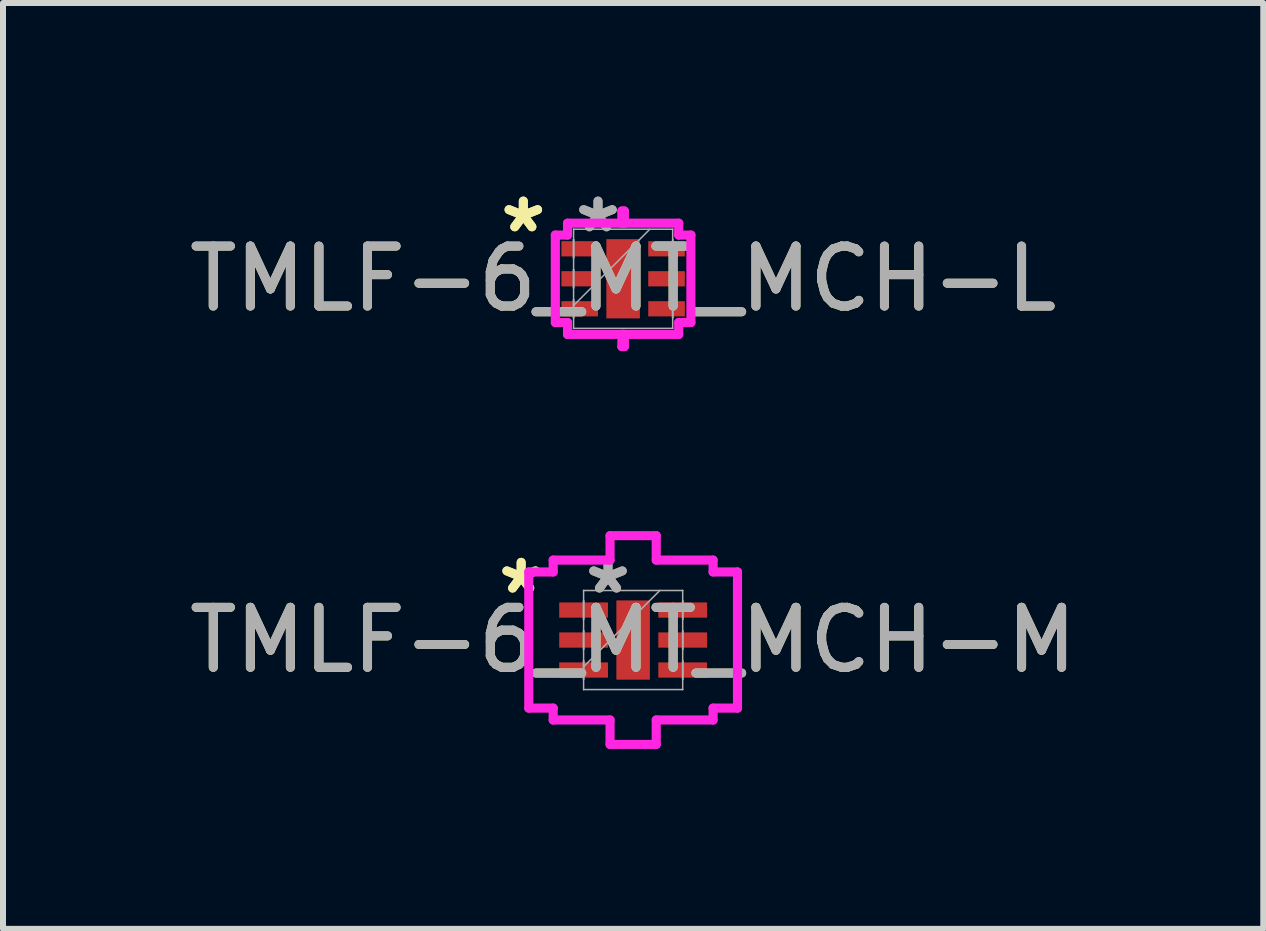
<source format=kicad_pcb>
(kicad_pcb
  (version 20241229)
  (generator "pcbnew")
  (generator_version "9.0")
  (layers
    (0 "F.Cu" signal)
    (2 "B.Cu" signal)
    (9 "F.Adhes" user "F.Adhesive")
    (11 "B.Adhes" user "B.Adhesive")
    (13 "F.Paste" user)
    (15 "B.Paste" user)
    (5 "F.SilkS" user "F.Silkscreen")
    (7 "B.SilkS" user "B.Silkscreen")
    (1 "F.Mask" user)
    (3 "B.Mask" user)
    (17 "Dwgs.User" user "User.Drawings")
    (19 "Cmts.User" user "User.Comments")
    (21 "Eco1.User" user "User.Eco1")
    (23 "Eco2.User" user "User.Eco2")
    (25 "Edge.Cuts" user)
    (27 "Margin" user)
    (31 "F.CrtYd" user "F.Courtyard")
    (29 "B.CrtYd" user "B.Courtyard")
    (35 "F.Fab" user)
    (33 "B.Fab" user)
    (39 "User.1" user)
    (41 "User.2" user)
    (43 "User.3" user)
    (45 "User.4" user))
  (footprint "TMLF-6_MT_MCH-L"
    (layer "F.Cu")
    (at 7.339 1.598)
    (property "Reference" "TMLF-6_MT_MCH-L" (at 0 0 0) (unlocked yes) (layer "F.SilkS") (effects (font (size 1 1) (thickness 0.15))))
    (attr smd)
    (fp_line (start -1.13 -0.729) (end -0.927 -0.729) (stroke (width 0.152) (type solid)) (layer "F.CrtYd"))
    (fp_line (start -1.13 0.729) (end -1.13 -0.729) (stroke (width 0.152) (type solid)) (layer "F.CrtYd"))
    (fp_line (start -0.927 -0.927) (end 0.021 -0.927) (stroke (width 0.152) (type solid)) (layer "F.CrtYd"))
    (fp_line (start -0.927 -0.729) (end -0.927 -0.927) (stroke (width 0.152) (type solid)) (layer "F.CrtYd"))
    (fp_line (start -0.927 0.729) (end -1.13 0.729) (stroke (width 0.152) (type solid)) (layer "F.CrtYd"))
    (fp_line (start -0.927 0.927) (end -0.927 0.729) (stroke (width 0.152) (type solid)) (layer "F.CrtYd"))
    (fp_line (start -0.021 -1.13) (end -0.021 -0.927) (stroke (width 0.152) (type solid)) (layer "F.CrtYd"))
    (fp_line (start -0.021 -0.927) (end 0.927 -0.927) (stroke (width 0.152) (type solid)) (layer "F.CrtYd"))
    (fp_line (start -0.021 0.927) (end -0.021 1.13) (stroke (width 0.152) (type solid)) (layer "F.CrtYd"))
    (fp_line (start -0.021 1.13) (end 0.021 1.13) (stroke (width 0.152) (type solid)) (layer "F.CrtYd"))
    (fp_line (start 0.021 -1.13) (end -0.021 -1.13) (stroke (width 0.152) (type solid)) (layer "F.CrtYd"))
    (fp_line (start 0.021 -0.927) (end 0.021 -1.13) (stroke (width 0.152) (type solid)) (layer "F.CrtYd"))
    (fp_line (start 0.021 0.927) (end -0.927 0.927) (stroke (width 0.152) (type solid)) (layer "F.CrtYd"))
    (fp_line (start 0.021 1.13) (end 0.021 0.927) (stroke (width 0.152) (type solid)) (layer "F.CrtYd"))
    (fp_line (start 0.927 -0.927) (end 0.927 -0.729) (stroke (width 0.152) (type solid)) (layer "F.CrtYd"))
    (fp_line (start 0.927 -0.729) (end 1.13 -0.729) (stroke (width 0.152) (type solid)) (layer "F.CrtYd"))
    (fp_line (start 0.927 0.729) (end 0.927 0.927) (stroke (width 0.152) (type solid)) (layer "F.CrtYd"))
    (fp_line (start 0.927 0.927) (end -0.021 0.927) (stroke (width 0.152) (type solid)) (layer "F.CrtYd"))
    (fp_line (start 1.13 -0.729) (end 1.13 0.729) (stroke (width 0.152) (type solid)) (layer "F.CrtYd"))
    (fp_line (start 1.13 0.729) (end 0.927 0.729) (stroke (width 0.152) (type solid)) (layer "F.CrtYd"))
    (fp_line (start -0.826 -0.826) (end -0.826 -0.826) (stroke (width 0.025) (type solid)) (layer "F.Fab"))
    (fp_line (start -0.826 -0.826) (end -0.826 0.826) (stroke (width 0.025) (type solid)) (layer "F.Fab"))
    (fp_line (start -0.826 -0.652) (end -0.826 -0.652) (stroke (width 0.025) (type solid)) (layer "F.Fab"))
    (fp_line (start -0.826 -0.652) (end -0.826 -0.348) (stroke (width 0.025) (type solid)) (layer "F.Fab"))
    (fp_line (start -0.826 -0.348) (end -0.826 -0.652) (stroke (width 0.025) (type solid)) (layer "F.Fab"))
    (fp_line (start -0.826 -0.348) (end -0.826 -0.348) (stroke (width 0.025) (type solid)) (layer "F.Fab"))
    (fp_line (start -0.826 -0.152) (end -0.826 -0.152) (stroke (width 0.025) (type solid)) (layer "F.Fab"))
    (fp_line (start -0.826 -0.152) (end -0.826 0.152) (stroke (width 0.025) (type solid)) (layer "F.Fab"))
    (fp_line (start -0.826 0.152) (end -0.826 -0.152) (stroke (width 0.025) (type solid)) (layer "F.Fab"))
    (fp_line (start -0.826 0.152) (end -0.826 0.152) (stroke (width 0.025) (type solid)) (layer "F.Fab"))
    (fp_line (start -0.826 0.348) (end -0.826 0.348) (stroke (width 0.025) (type solid)) (layer "F.Fab"))
    (fp_line (start -0.826 0.348) (end -0.826 0.652) (stroke (width 0.025) (type solid)) (layer "F.Fab"))
    (fp_line (start -0.826 0.445) (end 0.445 -0.826) (stroke (width 0.025) (type solid)) (layer "F.Fab"))
    (fp_line (start -0.826 0.652) (end -0.826 0.348) (stroke (width 0.025) (type solid)) (layer "F.Fab"))
    (fp_line (start -0.826 0.652) (end -0.826 0.652) (stroke (width 0.025) (type solid)) (layer "F.Fab"))
    (fp_line (start -0.826 0.826) (end -0.826 0.826) (stroke (width 0.025) (type solid)) (layer "F.Fab"))
    (fp_line (start -0.826 0.826) (end 0.826 0.826) (stroke (width 0.025) (type solid)) (layer "F.Fab"))
    (fp_line (start 0.826 -0.826) (end -0.826 -0.826) (stroke (width 0.025) (type solid)) (layer "F.Fab"))
    (fp_line (start 0.826 -0.826) (end 0.826 -0.826) (stroke (width 0.025) (type solid)) (layer "F.Fab"))
    (fp_line (start 0.826 -0.652) (end 0.826 -0.652) (stroke (width 0.025) (type solid)) (layer "F.Fab"))
    (fp_line (start 0.826 -0.652) (end 0.826 -0.348) (stroke (width 0.025) (type solid)) (layer "F.Fab"))
    (fp_line (start 0.826 -0.348) (end 0.826 -0.652) (stroke (width 0.025) (type solid)) (layer "F.Fab"))
    (fp_line (start 0.826 -0.348) (end 0.826 -0.348) (stroke (width 0.025) (type solid)) (layer "F.Fab"))
    (fp_line (start 0.826 -0.152) (end 0.826 -0.152) (stroke (width 0.025) (type solid)) (layer "F.Fab"))
    (fp_line (start 0.826 -0.152) (end 0.826 0.152) (stroke (width 0.025) (type solid)) (layer "F.Fab"))
    (fp_line (start 0.826 0.152) (end 0.826 -0.152) (stroke (width 0.025) (type solid)) (layer "F.Fab"))
    (fp_line (start 0.826 0.152) (end 0.826 0.152) (stroke (width 0.025) (type solid)) (layer "F.Fab"))
    (fp_line (start 0.826 0.348) (end 0.826 0.348) (stroke (width 0.025) (type solid)) (layer "F.Fab"))
    (fp_line (start 0.826 0.348) (end 0.826 0.652) (stroke (width 0.025) (type solid)) (layer "F.Fab"))
    (fp_line (start 0.826 0.652) (end 0.826 0.348) (stroke (width 0.025) (type solid)) (layer "F.Fab"))
    (fp_line (start 0.826 0.652) (end 0.826 0.652) (stroke (width 0.025) (type solid)) (layer "F.Fab"))
    (fp_line (start 0.826 0.826) (end 0.826 -0.826) (stroke (width 0.025) (type solid)) (layer "F.Fab"))
    (fp_line (start 0.826 0.826) (end 0.826 0.826) (stroke (width 0.025) (type solid)) (layer "F.Fab"))
    (fp_text user "*" (at -1.664 -0.75 0) (layer "F.SilkS") (effects (font (size 1 1) (thickness 0.15))))
    (fp_text user "*" (at -1.664 -0.75 0) (unlocked yes) (layer "F.SilkS") (effects (font (size 1 1) (thickness 0.15))))
    (fp_text user "${REFERENCE}" (at 0 0 0) (unlocked yes) (layer "F.Fab") (effects (font (size 1 1) (thickness 0.15))))
    (fp_text user "*" (at -0.419 -0.75 0) (layer "F.Fab") (effects (font (size 1 1) (thickness 0.15))))
    (fp_text user "*" (at -0.419 -0.75 0) (unlocked yes) (layer "F.Fab") (effects (font (size 1 1) (thickness 0.15))))
    (pad "1" smd rect (at -0.724 -0.5 90) (size 0.254 0.61) (layers "F.Cu" "F.Mask" "F.Paste"))
    (pad "2" smd rect (at -0.724 0 90) (size 0.254 0.61) (layers "F.Cu" "F.Mask" "F.Paste"))
    (pad "3" smd rect (at -0.724 0.5 90) (size 0.254 0.61) (layers "F.Cu" "F.Mask" "F.Paste"))
    (pad "4" smd rect (at 0.724 0.5 90) (size 0.254 0.61) (layers "F.Cu" "F.Mask" "F.Paste"))
    (pad "5" smd rect (at 0.724 0 90) (size 0.254 0.61) (layers "F.Cu" "F.Mask" "F.Paste"))
    (pad "6" smd rect (at 0.724 -0.5 90) (size 0.254 0.61) (layers "F.Cu" "F.Mask" "F.Paste"))
    (pad "7" smd rect (at 0 0) (size 0.559 1.321) (layers "F.Cu" "F.Mask" "F.Paste")))
  (footprint "TMLF-6_MT_MCH-M"
    (layer "F.Cu")
    (at 7.506 7.621)
    (property "Reference" "TMLF-6_MT_MCH-M" (at 0 0 0) (unlocked yes) (layer "F.SilkS") (effects (font (size 1 1) (thickness 0.15))))
    (attr smd)
    (fp_line (start -1.74 -1.135) (end -1.333 -1.135) (stroke (width 0.152) (type solid)) (layer "F.CrtYd"))
    (fp_line (start -1.74 1.135) (end -1.74 -1.135) (stroke (width 0.152) (type solid)) (layer "F.CrtYd"))
    (fp_line (start -1.333 -1.333) (end -0.385 -1.333) (stroke (width 0.152) (type solid)) (layer "F.CrtYd"))
    (fp_line (start -1.333 -1.135) (end -1.333 -1.333) (stroke (width 0.152) (type solid)) (layer "F.CrtYd"))
    (fp_line (start -1.333 1.135) (end -1.74 1.135) (stroke (width 0.152) (type solid)) (layer "F.CrtYd"))
    (fp_line (start -1.333 1.333) (end -1.333 1.135) (stroke (width 0.152) (type solid)) (layer "F.CrtYd"))
    (fp_line (start -0.385 -1.74) (end 0.385 -1.74) (stroke (width 0.152) (type solid)) (layer "F.CrtYd"))
    (fp_line (start -0.385 -1.333) (end -0.385 -1.74) (stroke (width 0.152) (type solid)) (layer "F.CrtYd"))
    (fp_line (start -0.385 1.333) (end -1.333 1.333) (stroke (width 0.152) (type solid)) (layer "F.CrtYd"))
    (fp_line (start -0.385 1.74) (end -0.385 1.333) (stroke (width 0.152) (type solid)) (layer "F.CrtYd"))
    (fp_line (start 0.385 -1.74) (end 0.385 -1.333) (stroke (width 0.152) (type solid)) (layer "F.CrtYd"))
    (fp_line (start 0.385 -1.333) (end 1.333 -1.333) (stroke (width 0.152) (type solid)) (layer "F.CrtYd"))
    (fp_line (start 0.385 1.333) (end 0.385 1.74) (stroke (width 0.152) (type solid)) (layer "F.CrtYd"))
    (fp_line (start 0.385 1.74) (end -0.385 1.74) (stroke (width 0.152) (type solid)) (layer "F.CrtYd"))
    (fp_line (start 1.333 -1.333) (end 1.333 -1.135) (stroke (width 0.152) (type solid)) (layer "F.CrtYd"))
    (fp_line (start 1.333 -1.135) (end 1.74 -1.135) (stroke (width 0.152) (type solid)) (layer "F.CrtYd"))
    (fp_line (start 1.333 1.135) (end 1.333 1.333) (stroke (width 0.152) (type solid)) (layer "F.CrtYd"))
    (fp_line (start 1.333 1.333) (end 0.385 1.333) (stroke (width 0.152) (type solid)) (layer "F.CrtYd"))
    (fp_line (start 1.74 -1.135) (end 1.74 1.135) (stroke (width 0.152) (type solid)) (layer "F.CrtYd"))
    (fp_line (start 1.74 1.135) (end 1.333 1.135) (stroke (width 0.152) (type solid)) (layer "F.CrtYd"))
    (fp_line (start -0.826 -0.826) (end -0.826 -0.826) (stroke (width 0.025) (type solid)) (layer "F.Fab"))
    (fp_line (start -0.826 -0.826) (end -0.826 0.826) (stroke (width 0.025) (type solid)) (layer "F.Fab"))
    (fp_line (start -0.826 -0.652) (end -0.826 -0.652) (stroke (width 0.025) (type solid)) (layer "F.Fab"))
    (fp_line (start -0.826 -0.652) (end -0.826 -0.348) (stroke (width 0.025) (type solid)) (layer "F.Fab"))
    (fp_line (start -0.826 -0.348) (end -0.826 -0.652) (stroke (width 0.025) (type solid)) (layer "F.Fab"))
    (fp_line (start -0.826 -0.348) (end -0.826 -0.348) (stroke (width 0.025) (type solid)) (layer "F.Fab"))
    (fp_line (start -0.826 -0.152) (end -0.826 -0.152) (stroke (width 0.025) (type solid)) (layer "F.Fab"))
    (fp_line (start -0.826 -0.152) (end -0.826 0.152) (stroke (width 0.025) (type solid)) (layer "F.Fab"))
    (fp_line (start -0.826 0.152) (end -0.826 -0.152) (stroke (width 0.025) (type solid)) (layer "F.Fab"))
    (fp_line (start -0.826 0.152) (end -0.826 0.152) (stroke (width 0.025) (type solid)) (layer "F.Fab"))
    (fp_line (start -0.826 0.348) (end -0.826 0.348) (stroke (width 0.025) (type solid)) (layer "F.Fab"))
    (fp_line (start -0.826 0.348) (end -0.826 0.652) (stroke (width 0.025) (type solid)) (layer "F.Fab"))
    (fp_line (start -0.826 0.445) (end 0.445 -0.826) (stroke (width 0.025) (type solid)) (layer "F.Fab"))
    (fp_line (start -0.826 0.652) (end -0.826 0.348) (stroke (width 0.025) (type solid)) (layer "F.Fab"))
    (fp_line (start -0.826 0.652) (end -0.826 0.652) (stroke (width 0.025) (type solid)) (layer "F.Fab"))
    (fp_line (start -0.826 0.826) (end -0.826 0.826) (stroke (width 0.025) (type solid)) (layer "F.Fab"))
    (fp_line (start -0.826 0.826) (end 0.826 0.826) (stroke (width 0.025) (type solid)) (layer "F.Fab"))
    (fp_line (start 0.826 -0.826) (end -0.826 -0.826) (stroke (width 0.025) (type solid)) (layer "F.Fab"))
    (fp_line (start 0.826 -0.826) (end 0.826 -0.826) (stroke (width 0.025) (type solid)) (layer "F.Fab"))
    (fp_line (start 0.826 -0.652) (end 0.826 -0.652) (stroke (width 0.025) (type solid)) (layer "F.Fab"))
    (fp_line (start 0.826 -0.652) (end 0.826 -0.348) (stroke (width 0.025) (type solid)) (layer "F.Fab"))
    (fp_line (start 0.826 -0.348) (end 0.826 -0.652) (stroke (width 0.025) (type solid)) (layer "F.Fab"))
    (fp_line (start 0.826 -0.348) (end 0.826 -0.348) (stroke (width 0.025) (type solid)) (layer "F.Fab"))
    (fp_line (start 0.826 -0.152) (end 0.826 -0.152) (stroke (width 0.025) (type solid)) (layer "F.Fab"))
    (fp_line (start 0.826 -0.152) (end 0.826 0.152) (stroke (width 0.025) (type solid)) (layer "F.Fab"))
    (fp_line (start 0.826 0.152) (end 0.826 -0.152) (stroke (width 0.025) (type solid)) (layer "F.Fab"))
    (fp_line (start 0.826 0.152) (end 0.826 0.152) (stroke (width 0.025) (type solid)) (layer "F.Fab"))
    (fp_line (start 0.826 0.348) (end 0.826 0.348) (stroke (width 0.025) (type solid)) (layer "F.Fab"))
    (fp_line (start 0.826 0.348) (end 0.826 0.652) (stroke (width 0.025) (type solid)) (layer "F.Fab"))
    (fp_line (start 0.826 0.652) (end 0.826 0.348) (stroke (width 0.025) (type solid)) (layer "F.Fab"))
    (fp_line (start 0.826 0.652) (end 0.826 0.652) (stroke (width 0.025) (type solid)) (layer "F.Fab"))
    (fp_line (start 0.826 0.826) (end 0.826 -0.826) (stroke (width 0.025) (type solid)) (layer "F.Fab"))
    (fp_line (start 0.826 0.826) (end 0.826 0.826) (stroke (width 0.025) (type solid)) (layer "F.Fab"))
    (fp_text user "*" (at -1.867 -0.75 0) (layer "F.SilkS") (effects (font (size 1 1) (thickness 0.15))))
    (fp_text user "*" (at -1.867 -0.75 0) (unlocked yes) (layer "F.SilkS") (effects (font (size 1 1) (thickness 0.15))))
    (fp_text user "*" (at -0.419 -0.75 0) (unlocked yes) (layer "F.Fab") (effects (font (size 1 1) (thickness 0.15))))
    (fp_text user "*" (at -0.419 -0.75 0) (layer "F.Fab") (effects (font (size 1 1) (thickness 0.15))))
    (fp_text user "${REFERENCE}" (at 0 0 0) (unlocked yes) (layer "F.Fab") (effects (font (size 1 1) (thickness 0.15))))
    (pad "1" smd rect (at -0.826 -0.5 90) (size 0.254 0.813) (layers "F.Cu" "F.Mask" "F.Paste"))
    (pad "2" smd rect (at -0.826 0 90) (size 0.254 0.813) (layers "F.Cu" "F.Mask" "F.Paste"))
    (pad "3" smd rect (at -0.826 0.5 90) (size 0.254 0.813) (layers "F.Cu" "F.Mask" "F.Paste"))
    (pad "4" smd rect (at 0.826 0.5 90) (size 0.254 0.813) (layers "F.Cu" "F.Mask" "F.Paste"))
    (pad "5" smd rect (at 0.826 0 90) (size 0.254 0.813) (layers "F.Cu" "F.Mask" "F.Paste"))
    (pad "6" smd rect (at 0.826 -0.5 90) (size 0.254 0.813) (layers "F.Cu" "F.Mask" "F.Paste"))
    (pad "7" smd rect (at 0 0) (size 0.559 1.321) (layers "F.Cu" "F.Mask" "F.Paste")))
  (gr_rect
    (start -3 -3)
    (end 18.012 12.437)
    (stroke (width 0.1) (type default))
    (fill no)
    (layer "Edge.Cuts")))
</source>
